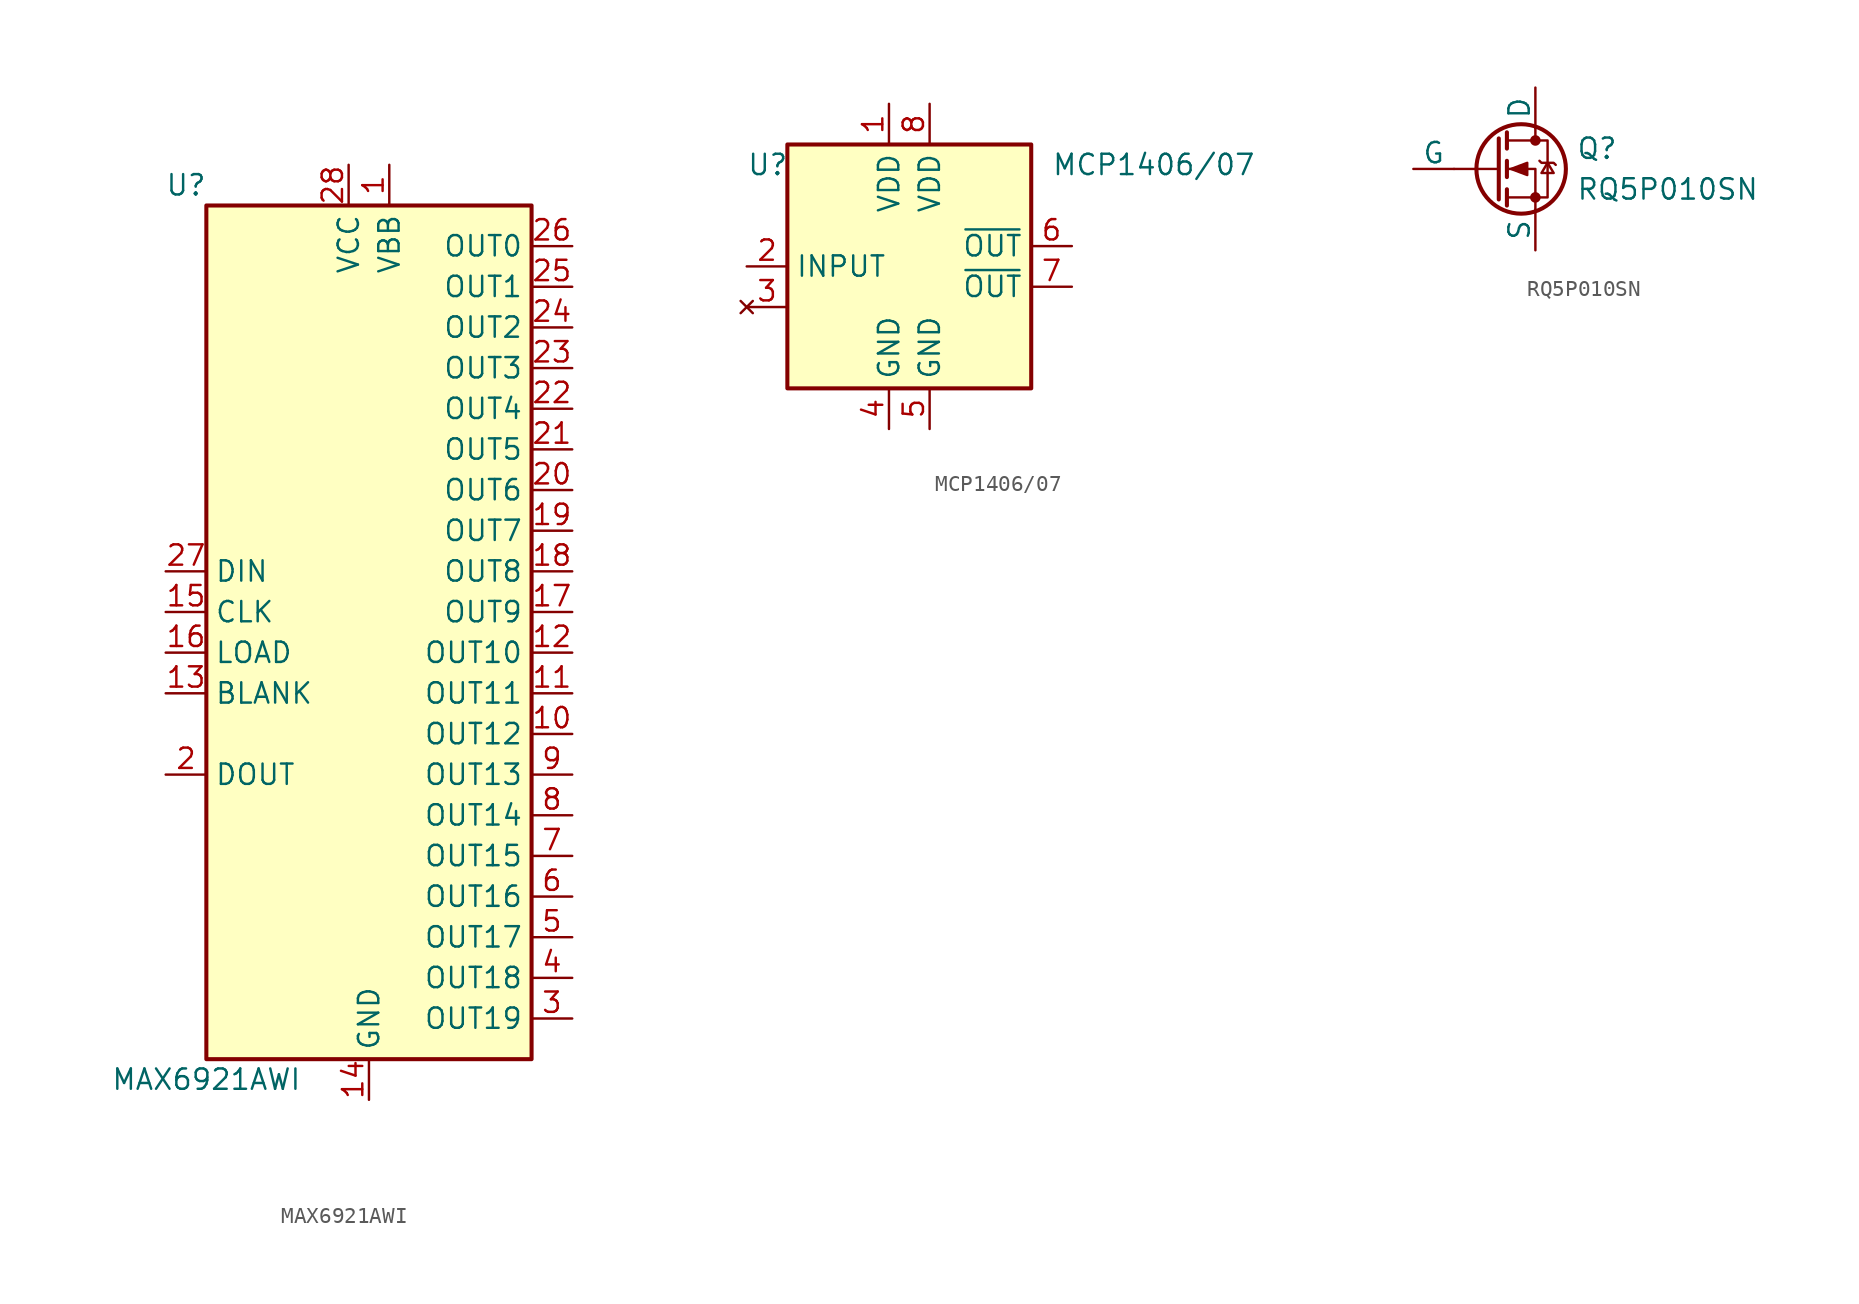
<source format=kicad_sym>
(kicad_symbol_lib
  (version 20220914)
  (generator kicad_symbol_editor)
  (symbol "MAX6921AWI"
    (property "Reference" "U"
      (at -11.43 27.94 0)
      (effects (font (size 1.27 1.27))))
    (property "Value" "MAX6921AWI"
      (at -10.16 -27.94 0)
      (effects (font (size 1.27 1.27))))
    (symbol "MAX6921AWI_1_0"
      (pin power_in line (at 1.27 29.21 270) (length 2.54) (name "VBB" (effects (font (size 1.27 1.27)))) (number "1" (effects (font (size 1.27 1.27)))))
      (pin output line (at 12.7 -6.35 180) (length 2.54) (name "OUT12" (effects (font (size 1.27 1.27)))) (number "10" (effects (font (size 1.27 1.27)))))
      (pin output line (at 12.7 -3.81 180) (length 2.54) (name "OUT11" (effects (font (size 1.27 1.27)))) (number "11" (effects (font (size 1.27 1.27)))))
      (pin output line (at 12.7 -1.27 180) (length 2.54) (name "OUT10" (effects (font (size 1.27 1.27)))) (number "12" (effects (font (size 1.27 1.27)))))
      (pin input line (at -12.7 -3.81 0) (length 2.54) (name "BLANK" (effects (font (size 1.27 1.27)))) (number "13" (effects (font (size 1.27 1.27)))))
      (pin power_in line (at 0 -29.21 90) (length 2.54) (name "GND" (effects (font (size 1.27 1.27)))) (number "14" (effects (font (size 1.27 1.27)))))
      (pin input line (at -12.7 1.27 0) (length 2.54) (name "CLK" (effects (font (size 1.27 1.27)))) (number "15" (effects (font (size 1.27 1.27)))))
      (pin input line (at -12.7 -1.27 0) (length 2.54) (name "LOAD" (effects (font (size 1.27 1.27)))) (number "16" (effects (font (size 1.27 1.27)))))
      (pin output line (at 12.7 1.27 180) (length 2.54) (name "OUT9" (effects (font (size 1.27 1.27)))) (number "17" (effects (font (size 1.27 1.27)))))
      (pin output line (at 12.7 3.81 180) (length 2.54) (name "OUT8" (effects (font (size 1.27 1.27)))) (number "18" (effects (font (size 1.27 1.27)))))
      (pin output line (at 12.7 6.35 180) (length 2.54) (name "OUT7" (effects (font (size 1.27 1.27)))) (number "19" (effects (font (size 1.27 1.27)))))
      (pin output line (at -12.7 -8.89 0) (length 2.54) (name "DOUT" (effects (font (size 1.27 1.27)))) (number "2" (effects (font (size 1.27 1.27)))))
      (pin output line (at 12.7 8.89 180) (length 2.54) (name "OUT6" (effects (font (size 1.27 1.27)))) (number "20" (effects (font (size 1.27 1.27)))))
      (pin output line (at 12.7 11.43 180) (length 2.54) (name "OUT5" (effects (font (size 1.27 1.27)))) (number "21" (effects (font (size 1.27 1.27)))))
      (pin output line (at 12.7 13.97 180) (length 2.54) (name "OUT4" (effects (font (size 1.27 1.27)))) (number "22" (effects (font (size 1.27 1.27)))))
      (pin output line (at 12.7 16.51 180) (length 2.54) (name "OUT3" (effects (font (size 1.27 1.27)))) (number "23" (effects (font (size 1.27 1.27)))))
      (pin output line (at 12.7 19.05 180) (length 2.54) (name "OUT2" (effects (font (size 1.27 1.27)))) (number "24" (effects (font (size 1.27 1.27)))))
      (pin output line (at 12.7 21.59 180) (length 2.54) (name "OUT1" (effects (font (size 1.27 1.27)))) (number "25" (effects (font (size 1.27 1.27)))))
      (pin output line (at 12.7 24.13 180) (length 2.54) (name "OUT0" (effects (font (size 1.27 1.27)))) (number "26" (effects (font (size 1.27 1.27)))))
      (pin input line (at -12.7 3.81 0) (length 2.54) (name "DIN" (effects (font (size 1.27 1.27)))) (number "27" (effects (font (size 1.27 1.27)))))
      (pin power_in line (at -1.27 29.21 270) (length 2.54) (name "VCC" (effects (font (size 1.27 1.27)))) (number "28" (effects (font (size 1.27 1.27)))))
      (pin output line (at 12.7 -24.13 180) (length 2.54) (name "OUT19" (effects (font (size 1.27 1.27)))) (number "3" (effects (font (size 1.27 1.27)))))
      (pin output line (at 12.7 -21.59 180) (length 2.54) (name "OUT18" (effects (font (size 1.27 1.27)))) (number "4" (effects (font (size 1.27 1.27)))))
      (pin output line (at 12.7 -19.05 180) (length 2.54) (name "OUT17" (effects (font (size 1.27 1.27)))) (number "5" (effects (font (size 1.27 1.27)))))
      (pin output line (at 12.7 -16.51 180) (length 2.54) (name "OUT16" (effects (font (size 1.27 1.27)))) (number "6" (effects (font (size 1.27 1.27)))))
      (pin output line (at 12.7 -13.97 180) (length 2.54) (name "OUT15" (effects (font (size 1.27 1.27)))) (number "7" (effects (font (size 1.27 1.27)))))
      (pin output line (at 12.7 -11.43 180) (length 2.54) (name "OUT14" (effects (font (size 1.27 1.27)))) (number "8" (effects (font (size 1.27 1.27)))))
      (pin output line (at 12.7 -8.89 180) (length 2.54) (name "OUT13" (effects (font (size 1.27 1.27)))) (number "9" (effects (font (size 1.27 1.27))))))
    (symbol "MAX6921AWI_1_1"
      (rectangle (start -10.16 26.67) (end 10.16 -26.67) (stroke (width 0.254) (type default)) (fill (type background)))))
  (symbol "MCP1406/07"
    (property "Reference" "U"
      (at -10.16 6.35 0)
      (effects (font (size 1.27 1.27)) (justify left)))
    (property "Value" "MCP1406/07"
      (at 8.89 6.35 0)
      (effects (font (size 1.27 1.27)) (justify left)))
    (symbol "MCP1406/07_0_1"
      (rectangle (start -7.62 -7.62) (end 7.62 7.62) (stroke (width 0.254) (type default)) (fill (type background))))
    (symbol "MCP1406/07_1_1"
      (pin power_in line (at -1.27 10.16 270) (length 2.54) (name "VDD" (effects (font (size 1.27 1.27)))) (number "1" (effects (font (size 1.27 1.27)))))
      (pin input line (at -10.16 0 0) (length 2.54) (name "INPUT" (effects (font (size 1.27 1.27)))) (number "2" (effects (font (size 1.27 1.27)))))
      (pin no_connect line (at -10.16 -2.54 0) (length 2.54) (name "" (effects (font (size 1.27 1.27)))) (number "3" (effects (font (size 1.27 1.27)))))
      (pin power_in line (at -1.27 -10.16 90) (length 2.54) (name "GND" (effects (font (size 1.27 1.27)))) (number "4" (effects (font (size 1.27 1.27)))))
      (pin power_in line (at 1.27 -10.16 90) (length 2.54) (name "GND" (effects (font (size 1.27 1.27)))) (number "5" (effects (font (size 1.27 1.27)))))
      (pin output line (at 10.16 1.27 180) (length 2.54) (name "~{OUT}" (effects (font (size 1.27 1.27)))) (number "6" (effects (font (size 1.27 1.27)))))
      (pin output line (at 10.16 -1.27 180) (length 2.54) (name "~{OUT}" (effects (font (size 1.27 1.27)))) (number "7" (effects (font (size 1.27 1.27)))))
      (pin power_in line (at 1.27 10.16 270) (length 2.54) (name "VDD" (effects (font (size 1.27 1.27)))) (number "8" (effects (font (size 1.27 1.27)))))))
  (symbol "RQ5P010SN"
    (pin_numbers hide)
    (pin_names
      (offset 0))
    (property "Reference" "Q"
      (at 5.08 1.27 0)
      (effects (font (size 1.27 1.27)) (justify left)))
    (property "Value" "RQ5P010SN"
      (at 5.08 -1.27 0)
      (effects (font (size 1.27 1.27)) (justify left)))
    (symbol "RQ5P010SN_0_1"
      (polyline (pts (xy 0.254 0) (xy -2.54 0)) (stroke (width 0) (type default)) (fill (type none)))
      (polyline (pts (xy 0.254 1.905) (xy 0.254 -1.905)) (stroke (width 0.254) (type default)) (fill (type none)))
      (polyline (pts (xy 0.762 -1.27) (xy 0.762 -2.286)) (stroke (width 0.254) (type default)) (fill (type none)))
      (polyline (pts (xy 0.762 0.508) (xy 0.762 -0.508)) (stroke (width 0.254) (type default)) (fill (type none)))
      (polyline (pts (xy 0.762 2.286) (xy 0.762 1.27)) (stroke (width 0.254) (type default)) (fill (type none)))
      (polyline (pts (xy 2.54 2.54) (xy 2.54 1.778)) (stroke (width 0) (type default)) (fill (type none)))
      (polyline (pts (xy 2.54 -2.54) (xy 2.54 0) (xy 0.762 0)) (stroke (width 0) (type default)) (fill (type none)))
      (polyline (pts (xy 0.762 -1.778) (xy 3.302 -1.778) (xy 3.302 1.778) (xy 0.762 1.778)) (stroke (width 0) (type default)) (fill (type none)))
      (polyline (pts (xy 1.016 0) (xy 2.032 0.381) (xy 2.032 -0.381) (xy 1.016 0)) (stroke (width 0) (type default)) (fill (type outline)))
      (polyline (pts (xy 2.794 0.508) (xy 2.921 0.381) (xy 3.683 0.381) (xy 3.81 0.254)) (stroke (width 0) (type default)) (fill (type none)))
      (polyline (pts (xy 3.302 0.381) (xy 2.921 -0.254) (xy 3.683 -0.254) (xy 3.302 0.381)) (stroke (width 0) (type default)) (fill (type none)))
      (circle (center 1.651 0) (radius 2.794) (stroke (width 0.254) (type default)) (fill (type none)))
      (circle (center 2.54 -1.778) (radius 0.254) (stroke (width 0) (type default)) (fill (type outline)))
      (circle (center 2.54 1.778) (radius 0.254) (stroke (width 0) (type default)) (fill (type outline))))
    (symbol "RQ5P010SN_1_1"
      (pin input line (at -5.08 0 0) (length 2.54) (name "G" (effects (font (size 1.27 1.27)))) (number "1" (effects (font (size 1.27 1.27)))))
      (pin passive line (at 2.54 -5.08 90) (length 2.54) (name "S" (effects (font (size 1.27 1.27)))) (number "2" (effects (font (size 1.27 1.27)))))
      (pin passive line (at 2.54 5.08 270) (length 2.54) (name "D" (effects (font (size 1.27 1.27)))) (number "3" (effects (font (size 1.27 1.27))))))))
</source>
